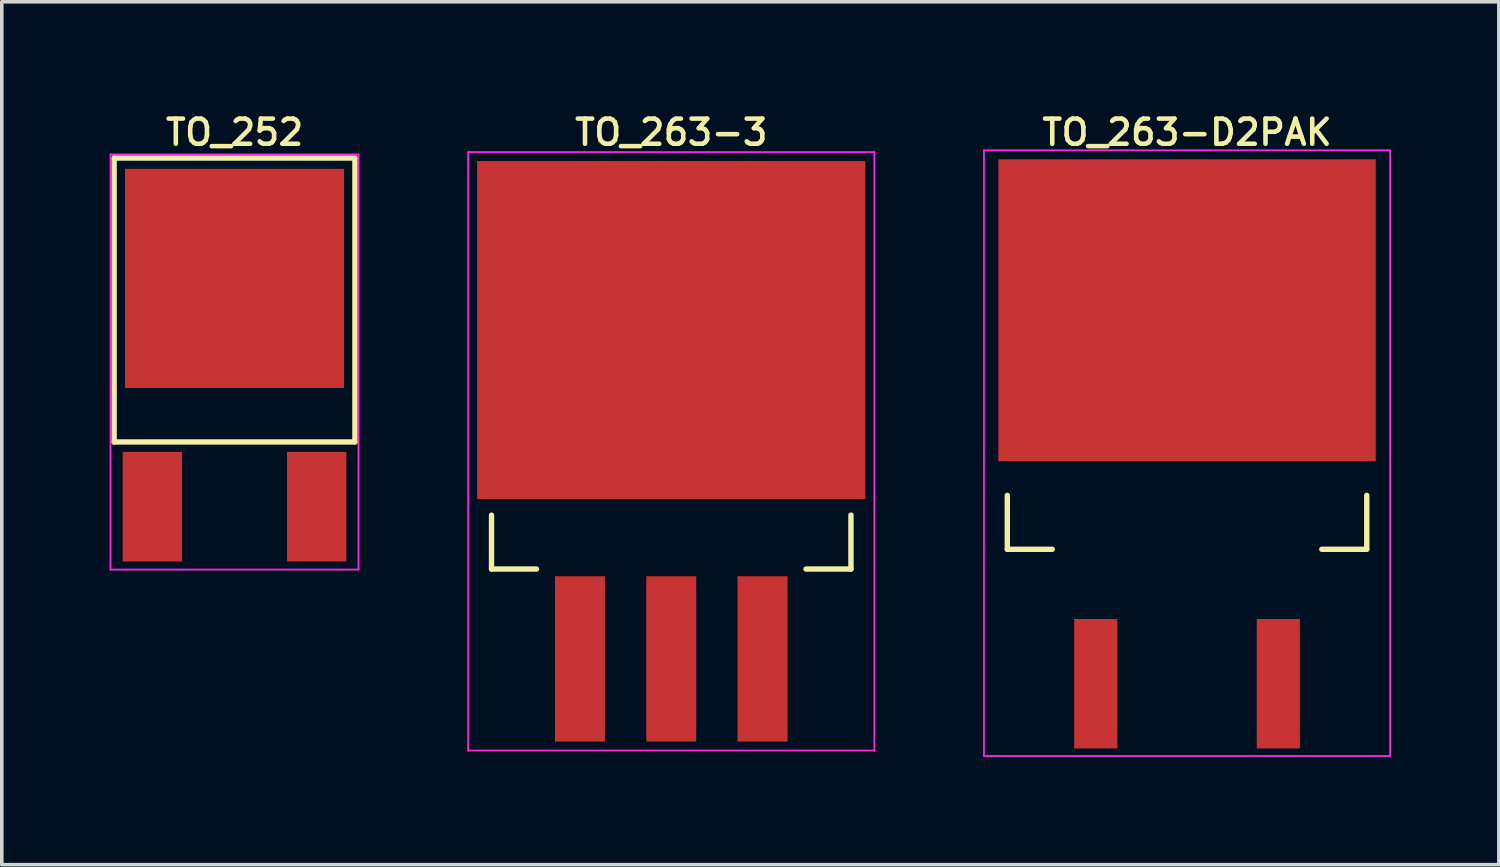
<source format=kicad_pcb>
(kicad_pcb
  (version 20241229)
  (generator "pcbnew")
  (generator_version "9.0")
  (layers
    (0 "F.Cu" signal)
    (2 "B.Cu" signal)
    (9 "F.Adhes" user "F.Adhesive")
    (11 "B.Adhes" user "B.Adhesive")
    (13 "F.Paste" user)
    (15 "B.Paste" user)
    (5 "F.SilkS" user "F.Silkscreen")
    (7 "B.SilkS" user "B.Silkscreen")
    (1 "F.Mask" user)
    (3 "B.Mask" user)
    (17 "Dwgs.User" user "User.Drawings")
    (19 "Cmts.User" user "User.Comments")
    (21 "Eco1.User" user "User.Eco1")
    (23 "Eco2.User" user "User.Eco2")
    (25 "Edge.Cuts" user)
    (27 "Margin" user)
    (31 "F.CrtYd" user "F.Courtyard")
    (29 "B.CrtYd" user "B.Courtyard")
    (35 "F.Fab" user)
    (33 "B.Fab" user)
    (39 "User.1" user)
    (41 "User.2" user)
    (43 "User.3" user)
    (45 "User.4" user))
  (footprint "TO_263-3"
    (layer "F.Cu")
    (at 15.625 7.632)
    (property "Reference" "TO_263-3" (at 0 -7 0) (layer "F.SilkS") (effects (font (size 0.7 0.7) (thickness 0.127))))
    (attr smd)
    (fp_line (start -5 5.15) (end -5 3.65) (stroke (width 0.15) (type solid)) (layer "F.SilkS"))
    (fp_line (start -5 5.15) (end -3.75 5.15) (stroke (width 0.15) (type solid)) (layer "F.SilkS"))
    (fp_line (start 5 5.15) (end 3.75 5.15) (stroke (width 0.15) (type solid)) (layer "F.SilkS"))
    (fp_line (start 5 5.15) (end 5 3.65) (stroke (width 0.15) (type solid)) (layer "F.SilkS"))
    (fp_line (start -5.65 -6.45) (end -5.65 10.2) (stroke (width 0.05) (type solid)) (layer "F.CrtYd"))
    (fp_line (start -5.65 -6.45) (end 5.65 -6.45) (stroke (width 0.05) (type solid)) (layer "F.CrtYd"))
    (fp_line (start -5.65 10.2) (end 5.65 10.2) (stroke (width 0.05) (type solid)) (layer "F.CrtYd"))
    (fp_line (start 5.65 -6.45) (end 5.65 10.2) (stroke (width 0.05) (type solid)) (layer "F.CrtYd"))
    (pad "1" smd rect (at -2.54 7.65 90) (size 4.6 1.39) (layers "F.Cu" "F.Mask" "F.Paste"))
    (pad "2" smd rect (at 0 -1.5 90) (size 9.4 10.8) (layers "F.Cu" "F.Mask" "F.Paste"))
    (pad "2" smd rect (at 0 7.65 90) (size 4.6 1.39) (layers "F.Cu" "F.Mask" "F.Paste"))
    (pad "3" smd rect (at 2.54 7.65 90) (size 4.6 1.39) (layers "F.Cu" "F.Mask" "F.Paste")))
  (footprint "TO_252"
    (layer "F.Cu")
    (at 3.475 7.021)
    (property "Reference" "TO_252" (at 0 -6.389 0) (layer "F.SilkS") (effects (font (size 0.7 0.7) (thickness 0.127))))
    (attr smd)
    (fp_line (start -3.35 -5.675) (end 3.35 -5.675) (stroke (width 0.15) (type solid)) (layer "F.SilkS"))
    (fp_line (start -3.35 2.225) (end -3.35 -5.675) (stroke (width 0.15) (type solid)) (layer "F.SilkS"))
    (fp_line (start 3.35 -5.675) (end 3.35 2.225) (stroke (width 0.15) (type solid)) (layer "F.SilkS"))
    (fp_line (start 3.35 2.225) (end -3.35 2.225) (stroke (width 0.15) (type solid)) (layer "F.SilkS"))
    (fp_line (start -3.45 -5.775) (end 3.45 -5.775) (stroke (width 0.05) (type solid)) (layer "F.CrtYd"))
    (fp_line (start -3.45 5.775) (end -3.45 -5.775) (stroke (width 0.05) (type solid)) (layer "F.CrtYd"))
    (fp_line (start 3.45 -5.775) (end 3.45 5.775) (stroke (width 0.05) (type solid)) (layer "F.CrtYd"))
    (fp_line (start 3.45 5.775) (end -3.45 5.775) (stroke (width 0.05) (type solid)) (layer "F.CrtYd"))
    (pad "1" smd rect (at -2.286 4.025) (size 1.651 3.048) (layers "F.Cu" "F.Mask" "F.Paste"))
    (pad "2" smd rect (at 0 -2.325) (size 6.096 6.096) (layers "F.Cu" "F.Mask" "F.Paste"))
    (pad "3" smd rect (at 2.286 4.025) (size 1.651 3.048) (layers "F.Cu" "F.Mask" "F.Paste")))
  (footprint "TO_263-D2PAK"
    (layer "F.Cu")
    (at 29.975 6.932)
    (property "Reference" "TO_263-D2PAK" (at 0 -6.3 0) (layer "F.SilkS") (effects (font (size 0.7 0.7) (thickness 0.127))))
    (attr smd)
    (fp_line (start -5 5.3) (end -5 3.8) (stroke (width 0.15) (type solid)) (layer "F.SilkS"))
    (fp_line (start -5 5.3) (end -3.75 5.3) (stroke (width 0.15) (type solid)) (layer "F.SilkS"))
    (fp_line (start 5 5.3) (end 3.75 5.3) (stroke (width 0.15) (type solid)) (layer "F.SilkS"))
    (fp_line (start 5 5.3) (end 5 3.8) (stroke (width 0.15) (type solid)) (layer "F.SilkS"))
    (fp_line (start -5.65 -5.8) (end -5.65 11.05) (stroke (width 0.05) (type solid)) (layer "F.CrtYd"))
    (fp_line (start -5.65 -5.8) (end 5.65 -5.8) (stroke (width 0.05) (type solid)) (layer "F.CrtYd"))
    (fp_line (start -5.65 11.05) (end 5.65 11.05) (stroke (width 0.05) (type solid)) (layer "F.CrtYd"))
    (fp_line (start 5.65 -5.8) (end 5.65 11.05) (stroke (width 0.05) (type solid)) (layer "F.CrtYd"))
    (pad "1" smd rect (at -2.54 9.04 90) (size 3.6 1.2) (layers "F.Cu" "F.Mask" "F.Paste"))
    (pad "2" smd rect (at 0 -1.35 90) (size 8.4 10.5) (layers "F.Cu" "F.Mask" "F.Paste"))
    (pad "3" smd rect (at 2.54 9.04 90) (size 3.6 1.2) (layers "F.Cu" "F.Mask" "F.Paste")))
  (gr_rect
    (start -3 -3)
    (end 38.65 21.007)
    (stroke (width 0.1) (type default))
    (fill no)
    (layer "Edge.Cuts")))
</source>
